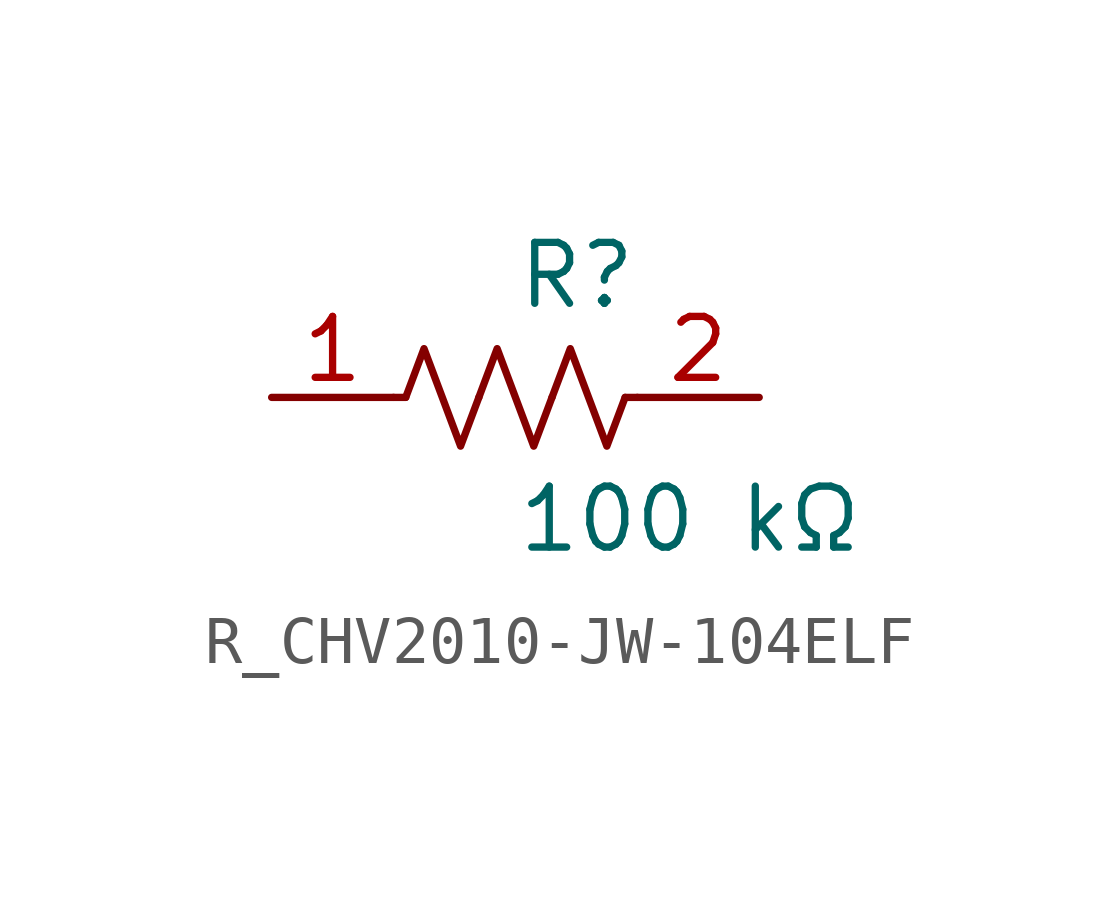
<source format=kicad_sym>
(kicad_symbol_lib
  (version 20231120)
  (generator kicad_symbol_editor)
  (generator_version 8.0)
  (symbol "R_CHV2010-JW-104ELF"
    (pin_names
      (offset 0.254))
    (property "Reference" "R"
      (at 0 2.54 0)
      (effects (font (size 1.27 1.27)) (justify left)))
    (property "Value" "100 kΩ"
      (at 0 -2.54 0)
      (effects (font (size 1.27 1.27)) (justify left)))
    (symbol "R_CHV2010-JW-104ELF_0_1"
      (polyline (pts (xy 2.286 0) (xy 2.54 0)) (stroke (width 0) (type default)) (fill (type none)))
      (polyline (pts (xy -2.286 0) (xy -2.54 0)) (stroke (width 0) (type default)) (fill (type none)))
      (polyline (pts (xy 0.762 0) (xy 1.143 1.016) (xy 1.524 0) (xy 1.905 -1.016) (xy 2.286 0)) (stroke (width 0) (type default)) (fill (type none)))
      (polyline (pts (xy -0.762 0) (xy -0.381 1.016) (xy 0 0) (xy 0.381 -1.016) (xy 0.762 0)) (stroke (width 0) (type default)) (fill (type none)))
      (polyline (pts (xy -2.286 0) (xy -1.905 1.016) (xy -1.524 0) (xy -1.143 -1.016) (xy -0.762 0)) (stroke (width 0) (type default)) (fill (type none))))
    (pin unspecified line
      (at -5.08 0 0)
      (length 2.54)
      (name "" (effects (font (size 1.27 1.27))))
      (number "1" (effects (font (size 1.27 1.27)))))
    (pin unspecified line
      (at 5.08 0 180)
      (length 2.54)
      (name "" (effects (font (size 1.27 1.27))))
      (number "2" (effects (font (size 1.27 1.27)))))))
</source>
